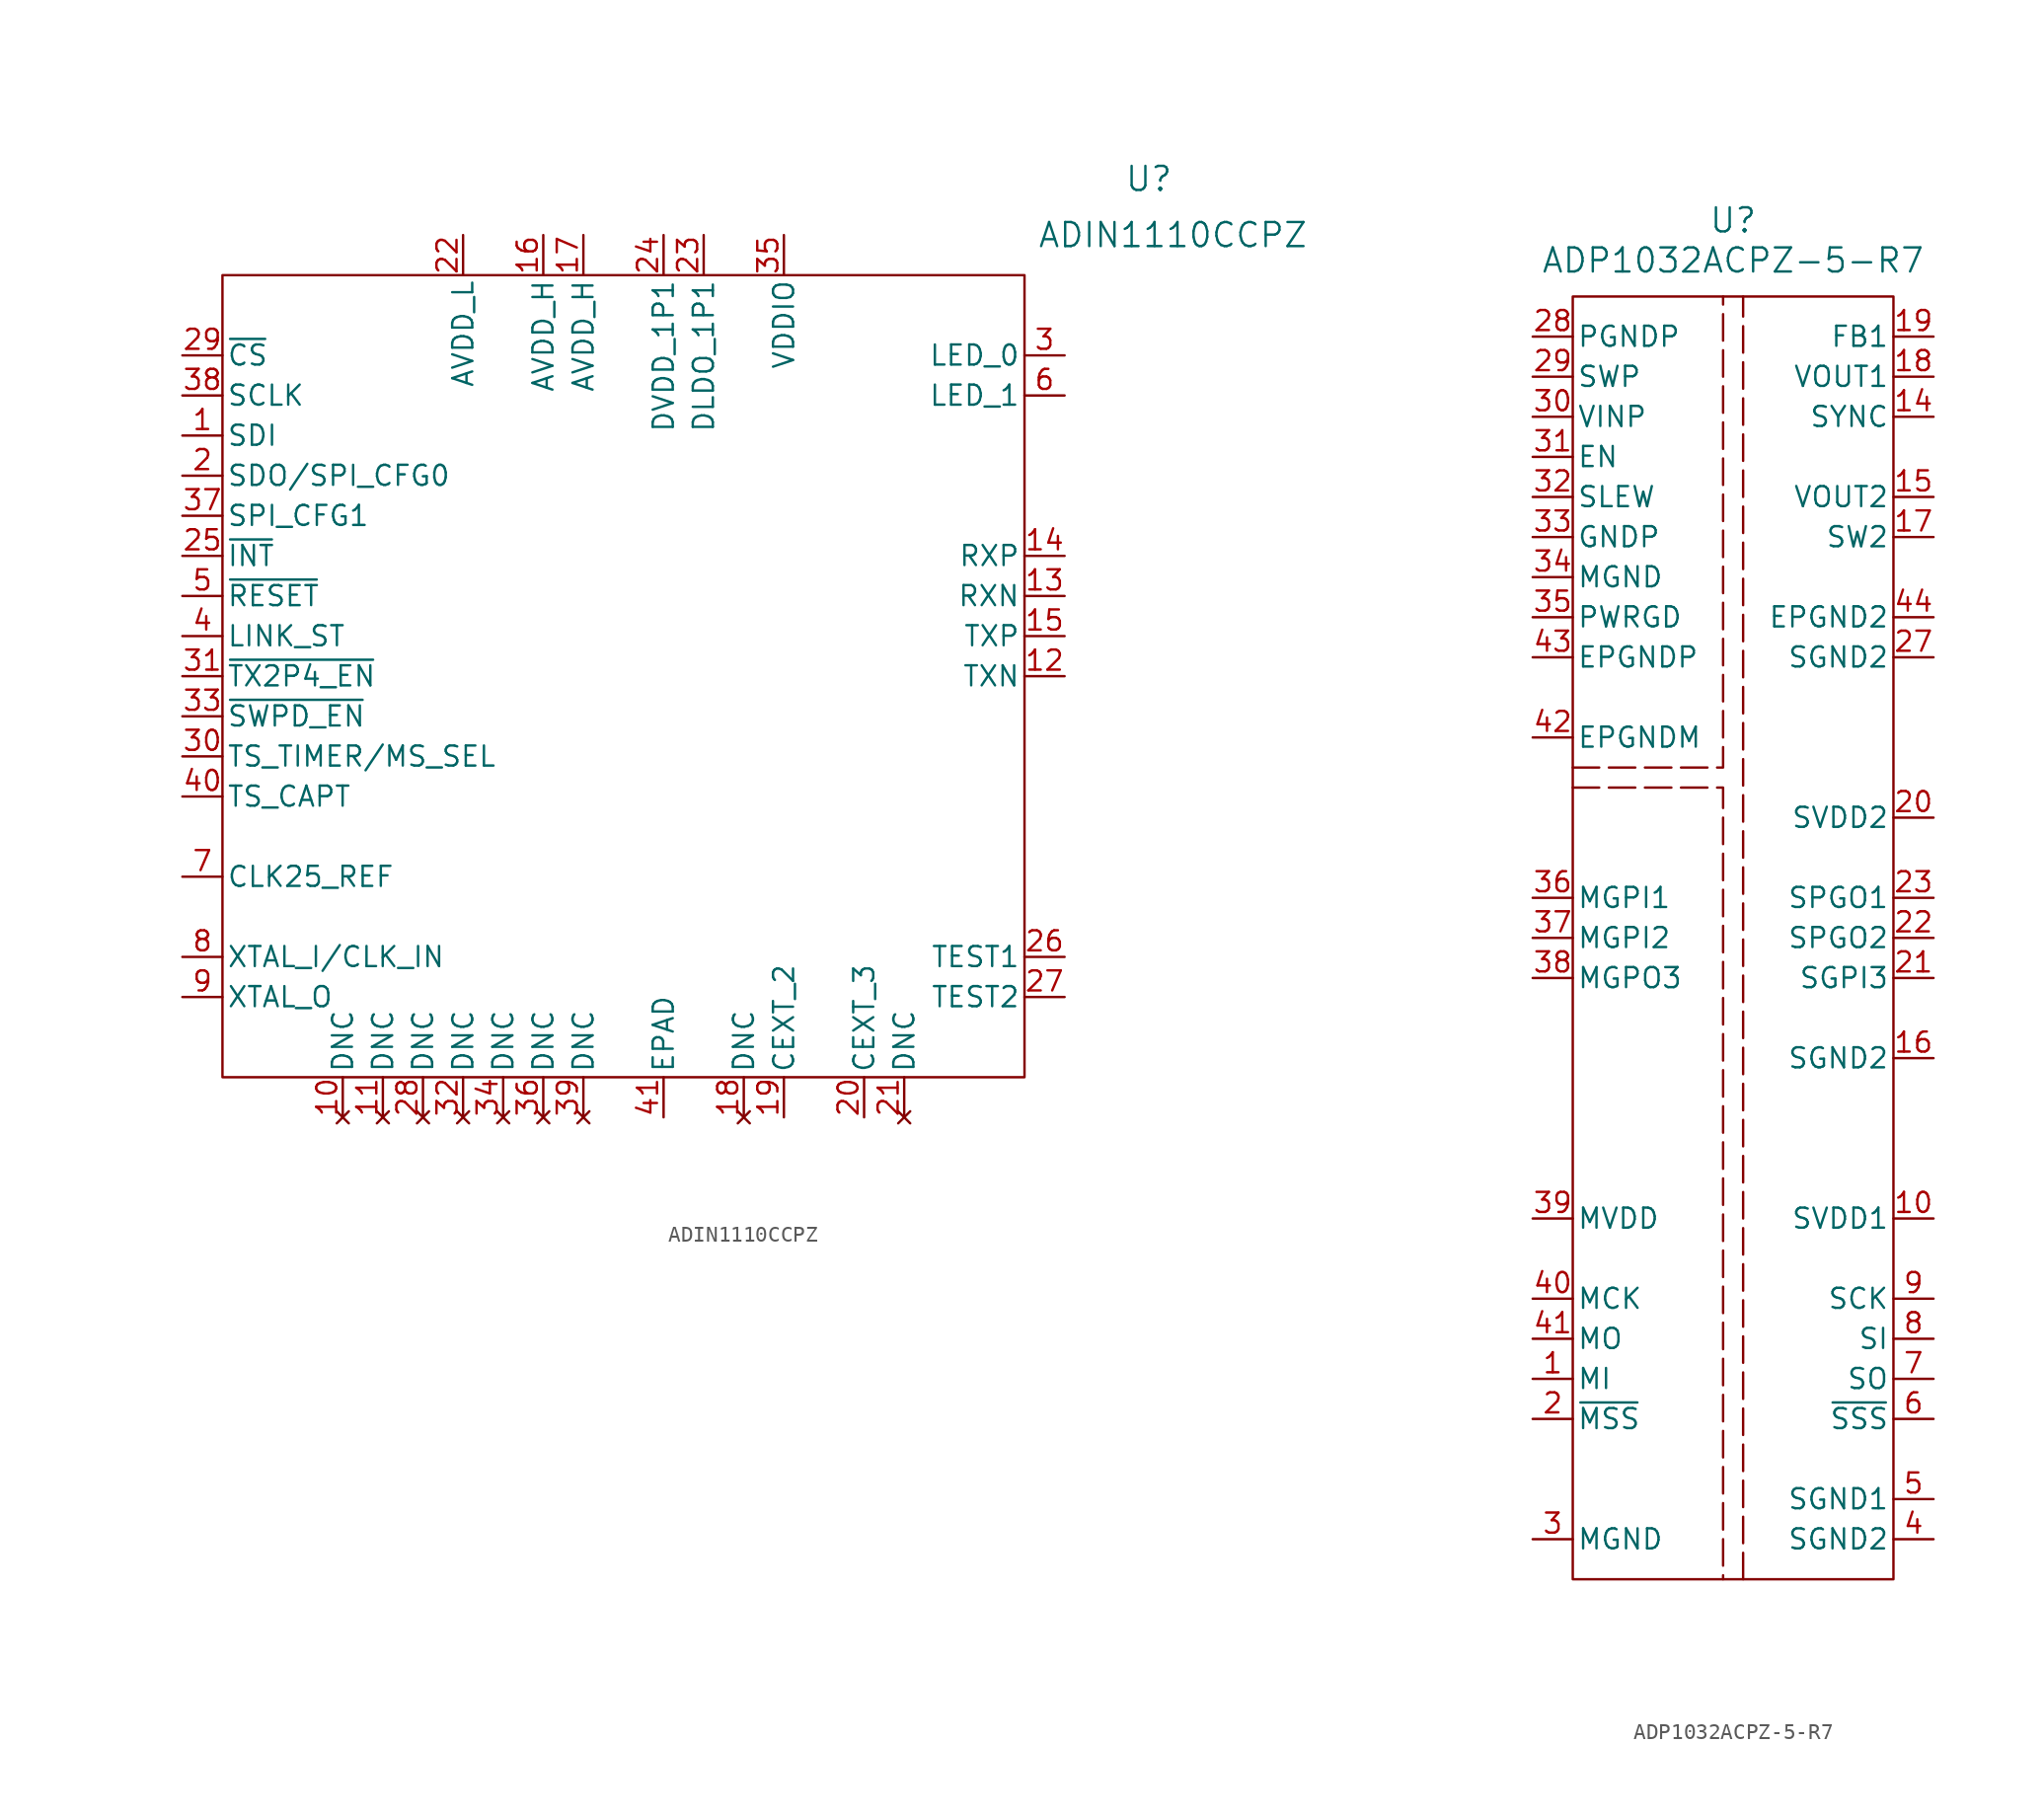
<source format=kicad_sym>
(kicad_symbol_lib
  (version 20231120)
  (generator "kicad_symbol_editor")
  (generator_version "8.0")
  (symbol "ADIN1110CCPZ"
    (pin_names
      (offset 0.254))
    (property "Reference" "U"
      (at 33.274 31.496 0)
      (effects (font (size 1.524 1.524))))
    (property "Value" "ADIN1110CCPZ"
      (at 34.798 27.94 0)
      (effects (font (size 1.524 1.524))))
    (symbol "ADIN1110CCPZ_0_1"
      (rectangle (start -25.4 25.4) (end 25.4 -25.4) (stroke (width 0) (type default)) (fill (type none))))
    (symbol "ADIN1110CCPZ_1_1"
      (pin unspecified line (at -27.94 15.24 0) (length 2.54) (name "SDI" (effects (font (size 1.27 1.27)))) (number "1" (effects (font (size 1.27 1.27)))))
      (pin no_connect line (at -17.78 -27.94 90) (length 2.54) (name "DNC" (effects (font (size 1.27 1.27)))) (number "10" (effects (font (size 1.27 1.27)))))
      (pin no_connect line (at -15.24 -27.94 90) (length 2.54) (name "DNC" (effects (font (size 1.27 1.27)))) (number "11" (effects (font (size 1.27 1.27)))))
      (pin unspecified line (at 27.94 0 180) (length 2.54) (name "TXN" (effects (font (size 1.27 1.27)))) (number "12" (effects (font (size 1.27 1.27)))))
      (pin unspecified line (at 27.94 5.08 180) (length 2.54) (name "RXN" (effects (font (size 1.27 1.27)))) (number "13" (effects (font (size 1.27 1.27)))))
      (pin unspecified line (at 27.94 7.62 180) (length 2.54) (name "RXP" (effects (font (size 1.27 1.27)))) (number "14" (effects (font (size 1.27 1.27)))))
      (pin unspecified line (at 27.94 2.54 180) (length 2.54) (name "TXP" (effects (font (size 1.27 1.27)))) (number "15" (effects (font (size 1.27 1.27)))))
      (pin power_in line (at -5.08 27.94 270) (length 2.54) (name "AVDD_H" (effects (font (size 1.27 1.27)))) (number "16" (effects (font (size 1.27 1.27)))))
      (pin power_in line (at -2.54 27.94 270) (length 2.54) (name "AVDD_H" (effects (font (size 1.27 1.27)))) (number "17" (effects (font (size 1.27 1.27)))))
      (pin no_connect line (at 7.62 -27.94 90) (length 2.54) (name "DNC" (effects (font (size 1.27 1.27)))) (number "18" (effects (font (size 1.27 1.27)))))
      (pin unspecified line (at 10.16 -27.94 90) (length 2.54) (name "CEXT_2" (effects (font (size 1.27 1.27)))) (number "19" (effects (font (size 1.27 1.27)))))
      (pin unspecified line (at -27.94 12.7 0) (length 2.54) (name "SDO/SPI_CFG0" (effects (font (size 1.27 1.27)))) (number "2" (effects (font (size 1.27 1.27)))))
      (pin unspecified line (at 15.24 -27.94 90) (length 2.54) (name "CEXT_3" (effects (font (size 1.27 1.27)))) (number "20" (effects (font (size 1.27 1.27)))))
      (pin no_connect line (at 17.78 -27.94 90) (length 2.54) (name "DNC" (effects (font (size 1.27 1.27)))) (number "21" (effects (font (size 1.27 1.27)))))
      (pin power_in line (at -10.16 27.94 270) (length 2.54) (name "AVDD_L" (effects (font (size 1.27 1.27)))) (number "22" (effects (font (size 1.27 1.27)))))
      (pin power_in line (at 5.08 27.94 270) (length 2.54) (name "DLDO_1P1" (effects (font (size 1.27 1.27)))) (number "23" (effects (font (size 1.27 1.27)))))
      (pin power_in line (at 2.54 27.94 270) (length 2.54) (name "DVDD_1P1" (effects (font (size 1.27 1.27)))) (number "24" (effects (font (size 1.27 1.27)))))
      (pin output line (at -27.94 7.62 0) (length 2.54) (name "~{INT}" (effects (font (size 1.27 1.27)))) (number "25" (effects (font (size 1.27 1.27)))))
      (pin bidirectional line (at 27.94 -17.78 180) (length 2.54) (name "TEST1" (effects (font (size 1.27 1.27)))) (number "26" (effects (font (size 1.27 1.27)))))
      (pin bidirectional line (at 27.94 -20.32 180) (length 2.54) (name "TEST2" (effects (font (size 1.27 1.27)))) (number "27" (effects (font (size 1.27 1.27)))))
      (pin no_connect line (at -12.7 -27.94 90) (length 2.54) (name "DNC" (effects (font (size 1.27 1.27)))) (number "28" (effects (font (size 1.27 1.27)))))
      (pin unspecified line (at -27.94 20.32 0) (length 2.54) (name "~{CS}" (effects (font (size 1.27 1.27)))) (number "29" (effects (font (size 1.27 1.27)))))
      (pin bidirectional line (at 27.94 20.32 180) (length 2.54) (name "LED_0" (effects (font (size 1.27 1.27)))) (number "3" (effects (font (size 1.27 1.27)))))
      (pin output line (at -27.94 -5.08 0) (length 2.54) (name "TS_TIMER/MS_SEL" (effects (font (size 1.27 1.27)))) (number "30" (effects (font (size 1.27 1.27)))))
      (pin unspecified line (at -27.94 0 0) (length 2.54) (name "~{TX2P4_EN}" (effects (font (size 1.27 1.27)))) (number "31" (effects (font (size 1.27 1.27)))))
      (pin no_connect line (at -10.16 -27.94 90) (length 2.54) (name "DNC" (effects (font (size 1.27 1.27)))) (number "32" (effects (font (size 1.27 1.27)))))
      (pin unspecified line (at -27.94 -2.54 0) (length 2.54) (name "~{SWPD_EN}" (effects (font (size 1.27 1.27)))) (number "33" (effects (font (size 1.27 1.27)))))
      (pin no_connect line (at -7.62 -27.94 90) (length 2.54) (name "DNC" (effects (font (size 1.27 1.27)))) (number "34" (effects (font (size 1.27 1.27)))))
      (pin power_in line (at 10.16 27.94 270) (length 2.54) (name "VDDIO" (effects (font (size 1.27 1.27)))) (number "35" (effects (font (size 1.27 1.27)))))
      (pin no_connect line (at -5.08 -27.94 90) (length 2.54) (name "DNC" (effects (font (size 1.27 1.27)))) (number "36" (effects (font (size 1.27 1.27)))))
      (pin unspecified line (at -27.94 10.16 0) (length 2.54) (name "SPI_CFG1" (effects (font (size 1.27 1.27)))) (number "37" (effects (font (size 1.27 1.27)))))
      (pin input line (at -27.94 17.78 0) (length 2.54) (name "SCLK" (effects (font (size 1.27 1.27)))) (number "38" (effects (font (size 1.27 1.27)))))
      (pin no_connect line (at -2.54 -27.94 90) (length 2.54) (name "DNC" (effects (font (size 1.27 1.27)))) (number "39" (effects (font (size 1.27 1.27)))))
      (pin unspecified line (at -27.94 2.54 0) (length 2.54) (name "LINK_ST" (effects (font (size 1.27 1.27)))) (number "4" (effects (font (size 1.27 1.27)))))
      (pin input line (at -27.94 -7.62 0) (length 2.54) (name "TS_CAPT" (effects (font (size 1.27 1.27)))) (number "40" (effects (font (size 1.27 1.27)))))
      (pin power_out line (at 2.54 -27.94 90) (length 2.54) (name "EPAD" (effects (font (size 1.27 1.27)))) (number "41" (effects (font (size 1.27 1.27)))))
      (pin unspecified line (at -27.94 5.08 0) (length 2.54) (name "~{RESET}" (effects (font (size 1.27 1.27)))) (number "5" (effects (font (size 1.27 1.27)))))
      (pin bidirectional line (at 27.94 17.78 180) (length 2.54) (name "LED_1" (effects (font (size 1.27 1.27)))) (number "6" (effects (font (size 1.27 1.27)))))
      (pin output line (at -27.94 -12.7 0) (length 2.54) (name "CLK25_REF" (effects (font (size 1.27 1.27)))) (number "7" (effects (font (size 1.27 1.27)))))
      (pin input line (at -27.94 -17.78 0) (length 2.54) (name "XTAL_I/CLK_IN" (effects (font (size 1.27 1.27)))) (number "8" (effects (font (size 1.27 1.27)))))
      (pin output line (at -27.94 -20.32 0) (length 2.54) (name "XTAL_O" (effects (font (size 1.27 1.27)))) (number "9" (effects (font (size 1.27 1.27)))))))
  (symbol "ADP1032ACPZ-5-R7"
    (pin_names
      (offset 0.254))
    (property "Reference" "U"
      (at 0 45.466 0)
      (effects (font (size 1.524 1.524))))
    (property "Value" "ADP1032ACPZ-5-R7"
      (at 0 42.926 0)
      (effects (font (size 1.524 1.524))))
    (symbol "ADP1032ACPZ-5-R7_0_1"
      (pin output line (at -12.7 -27.94 0) (length 2.54) (name "MI" (effects (font (size 1.27 1.27)))) (number "1" (effects (font (size 1.27 1.27)))))
      (pin power_in line (at 12.7 -17.78 180) (length 2.54) (name "SVDD1" (effects (font (size 1.27 1.27)))) (number "10" (effects (font (size 1.27 1.27)))))
      (pin input line (at 12.7 33.02 180) (length 2.54) (name "SYNC" (effects (font (size 1.27 1.27)))) (number "14" (effects (font (size 1.27 1.27)))))
      (pin power_in line (at 12.7 27.94 180) (length 2.54) (name "VOUT2" (effects (font (size 1.27 1.27)))) (number "15" (effects (font (size 1.27 1.27)))))
      (pin power_out line (at 12.7 -7.62 180) (length 2.54) (name "SGND2" (effects (font (size 1.27 1.27)))) (number "16" (effects (font (size 1.27 1.27)))))
      (pin unspecified line (at 12.7 25.4 180) (length 2.54) (name "SW2" (effects (font (size 1.27 1.27)))) (number "17" (effects (font (size 1.27 1.27)))))
      (pin power_in line (at 12.7 35.56 180) (length 2.54) (name "VOUT1" (effects (font (size 1.27 1.27)))) (number "18" (effects (font (size 1.27 1.27)))))
      (pin unspecified line (at 12.7 38.1 180) (length 2.54) (name "FB1" (effects (font (size 1.27 1.27)))) (number "19" (effects (font (size 1.27 1.27)))))
      (pin power_in line (at 12.7 7.62 180) (length 2.54) (name "SVDD2" (effects (font (size 1.27 1.27)))) (number "20" (effects (font (size 1.27 1.27)))))
      (pin input line (at 12.7 -2.54 180) (length 2.54) (name "SGPI3" (effects (font (size 1.27 1.27)))) (number "21" (effects (font (size 1.27 1.27)))))
      (pin output line (at 12.7 0 180) (length 2.54) (name "SPGO2" (effects (font (size 1.27 1.27)))) (number "22" (effects (font (size 1.27 1.27)))))
      (pin output line (at 12.7 2.54 180) (length 2.54) (name "SPGO1" (effects (font (size 1.27 1.27)))) (number "23" (effects (font (size 1.27 1.27)))))
      (pin power_out line (at 12.7 17.78 180) (length 2.54) (name "SGND2" (effects (font (size 1.27 1.27)))) (number "27" (effects (font (size 1.27 1.27)))))
      (pin power_out line (at -12.7 38.1 0) (length 2.54) (name "PGNDP" (effects (font (size 1.27 1.27)))) (number "28" (effects (font (size 1.27 1.27)))))
      (pin unspecified line (at -12.7 35.56 0) (length 2.54) (name "SWP" (effects (font (size 1.27 1.27)))) (number "29" (effects (font (size 1.27 1.27)))))
      (pin power_out line (at -12.7 -38.1 0) (length 2.54) (name "MGND" (effects (font (size 1.27 1.27)))) (number "3" (effects (font (size 1.27 1.27)))))
      (pin power_in line (at -12.7 33.02 0) (length 2.54) (name "VINP" (effects (font (size 1.27 1.27)))) (number "30" (effects (font (size 1.27 1.27)))))
      (pin input line (at -12.7 30.48 0) (length 2.54) (name "EN" (effects (font (size 1.27 1.27)))) (number "31" (effects (font (size 1.27 1.27)))))
      (pin input line (at -12.7 27.94 0) (length 2.54) (name "SLEW" (effects (font (size 1.27 1.27)))) (number "32" (effects (font (size 1.27 1.27)))))
      (pin power_out line (at -12.7 25.4 0) (length 2.54) (name "GNDP" (effects (font (size 1.27 1.27)))) (number "33" (effects (font (size 1.27 1.27)))))
      (pin power_out line (at -12.7 22.86 0) (length 2.54) (name "MGND" (effects (font (size 1.27 1.27)))) (number "34" (effects (font (size 1.27 1.27)))))
      (pin power_out line (at -12.7 20.32 0) (length 2.54) (name "PWRGD" (effects (font (size 1.27 1.27)))) (number "35" (effects (font (size 1.27 1.27)))))
      (pin input line (at -12.7 2.54 0) (length 2.54) (name "MGPI1" (effects (font (size 1.27 1.27)))) (number "36" (effects (font (size 1.27 1.27)))))
      (pin input line (at -12.7 0 0) (length 2.54) (name "MGPI2" (effects (font (size 1.27 1.27)))) (number "37" (effects (font (size 1.27 1.27)))))
      (pin output line (at -12.7 -2.54 0) (length 2.54) (name "MGPO3" (effects (font (size 1.27 1.27)))) (number "38" (effects (font (size 1.27 1.27)))))
      (pin power_in line (at -12.7 -17.78 0) (length 2.54) (name "MVDD" (effects (font (size 1.27 1.27)))) (number "39" (effects (font (size 1.27 1.27)))))
      (pin power_out line (at 12.7 -38.1 180) (length 2.54) (name "SGND2" (effects (font (size 1.27 1.27)))) (number "4" (effects (font (size 1.27 1.27)))))
      (pin input line (at -12.7 -22.86 0) (length 2.54) (name "MCK" (effects (font (size 1.27 1.27)))) (number "40" (effects (font (size 1.27 1.27)))))
      (pin input line (at -12.7 -25.4 0) (length 2.54) (name "MO" (effects (font (size 1.27 1.27)))) (number "41" (effects (font (size 1.27 1.27)))))
      (pin power_out line (at -12.7 12.7 0) (length 2.54) (name "EPGNDM" (effects (font (size 1.27 1.27)))) (number "42" (effects (font (size 1.27 1.27)))))
      (pin power_out line (at -12.7 17.78 0) (length 2.54) (name "EPGNDP" (effects (font (size 1.27 1.27)))) (number "43" (effects (font (size 1.27 1.27)))))
      (pin power_out line (at 12.7 20.32 180) (length 2.54) (name "EPGND2" (effects (font (size 1.27 1.27)))) (number "44" (effects (font (size 1.27 1.27)))))
      (pin power_out line (at 12.7 -35.56 180) (length 2.54) (name "SGND1" (effects (font (size 1.27 1.27)))) (number "5" (effects (font (size 1.27 1.27)))))
      (pin input line (at 12.7 -27.94 180) (length 2.54) (name "SO" (effects (font (size 1.27 1.27)))) (number "7" (effects (font (size 1.27 1.27)))))
      (pin output line (at 12.7 -25.4 180) (length 2.54) (name "SI" (effects (font (size 1.27 1.27)))) (number "8" (effects (font (size 1.27 1.27)))))
      (pin output line (at 12.7 -22.86 180) (length 2.54) (name "SCK" (effects (font (size 1.27 1.27)))) (number "9" (effects (font (size 1.27 1.27))))))
    (symbol "ADP1032ACPZ-5-R7_1_1"
      (rectangle (start -10.16 40.64) (end 10.16 -40.64) (stroke (width 0) (type default)) (fill (type none)))
      (polyline (pts (xy 0.635 -40.64) (xy 0.635 40.64)) (stroke (width 0) (type dash)) (fill (type none)))
      (polyline (pts (xy -10.16 9.525) (xy -0.635 9.525) (xy -0.635 -40.64)) (stroke (width 0) (type dash)) (fill (type none)))
      (polyline (pts (xy -10.16 10.795) (xy -0.635 10.795) (xy -0.635 40.64)) (stroke (width 0) (type dash)) (fill (type none)))
      (pin no_connect line (at 12.7 -15.24 180) (length 2.54) hide (name "DNC" (effects (font (size 1.27 1.27)))) (number "11" (effects (font (size 1.27 1.27)))))
      (pin no_connect line (at 12.7 -12.7 180) (length 2.54) hide (name "DNC" (effects (font (size 1.27 1.27)))) (number "12" (effects (font (size 1.27 1.27)))))
      (pin no_connect line (at 12.7 -10.16 180) (length 2.54) hide (name "DNC" (effects (font (size 1.27 1.27)))) (number "13" (effects (font (size 1.27 1.27)))))
      (pin input line (at -12.7 -30.48 0) (length 2.54) (name "~{MSS}" (effects (font (size 1.27 1.27)))) (number "2" (effects (font (size 1.27 1.27)))))
      (pin no_connect line (at 12.7 10.16 180) (length 2.54) hide (name "DNC" (effects (font (size 1.27 1.27)))) (number "24" (effects (font (size 1.27 1.27)))))
      (pin no_connect line (at 12.7 12.7 180) (length 2.54) hide (name "DNC" (effects (font (size 1.27 1.27)))) (number "25" (effects (font (size 1.27 1.27)))))
      (pin no_connect line (at 12.7 15.24 180) (length 2.54) hide (name "DNC" (effects (font (size 1.27 1.27)))) (number "26" (effects (font (size 1.27 1.27)))))
      (pin output line (at 12.7 -30.48 180) (length 2.54) (name "~{SSS}" (effects (font (size 1.27 1.27)))) (number "6" (effects (font (size 1.27 1.27))))))))
</source>
